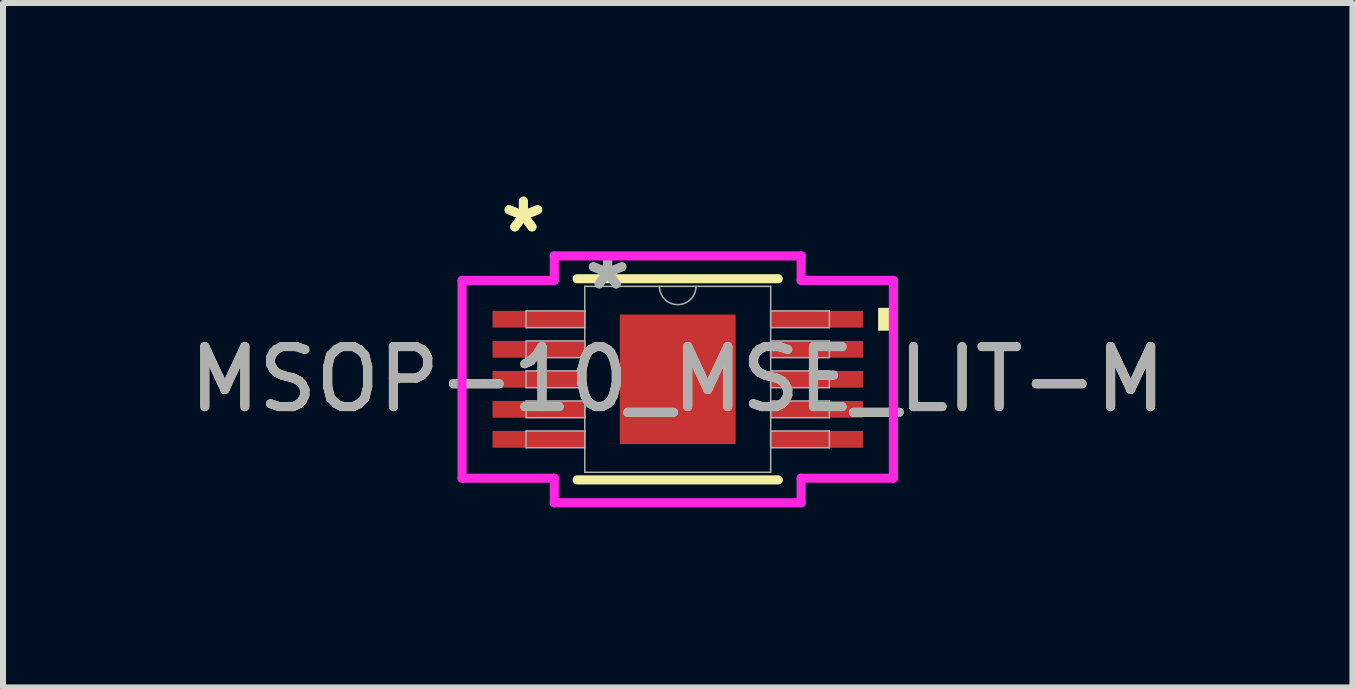
<source format=kicad_pcb>
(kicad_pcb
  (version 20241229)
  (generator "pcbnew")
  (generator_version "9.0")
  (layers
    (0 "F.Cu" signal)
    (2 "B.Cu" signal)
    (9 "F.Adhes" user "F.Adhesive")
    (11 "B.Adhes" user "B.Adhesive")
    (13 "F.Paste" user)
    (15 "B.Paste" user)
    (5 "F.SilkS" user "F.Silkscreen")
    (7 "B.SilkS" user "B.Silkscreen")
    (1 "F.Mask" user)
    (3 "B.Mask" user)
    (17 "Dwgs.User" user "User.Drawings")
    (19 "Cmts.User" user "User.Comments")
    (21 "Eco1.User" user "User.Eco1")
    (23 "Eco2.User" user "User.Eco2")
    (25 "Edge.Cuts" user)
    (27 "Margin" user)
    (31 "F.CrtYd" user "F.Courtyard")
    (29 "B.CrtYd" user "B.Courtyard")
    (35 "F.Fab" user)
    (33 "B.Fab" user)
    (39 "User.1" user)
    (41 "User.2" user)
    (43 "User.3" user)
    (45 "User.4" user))
  (footprint "MSOP-10_MSE_LIT-M"
    (layer "F.Cu")
    (at 8.244 3.271)
    (property "Reference" "MSOP-10_MSE_LIT-M" (at 0 0 0) (unlocked yes) (layer "F.SilkS") (effects (font (size 1 1) (thickness 0.15))))
    (attr smd)
    (fp_line (start -1.676 1.676) (end 1.676 1.676) (stroke (width 0.152) (type solid)) (layer "F.SilkS"))
    (fp_line (start 1.676 -1.676) (end -1.676 -1.676) (stroke (width 0.152) (type solid)) (layer "F.SilkS"))
    (fp_poly (pts (xy 3.594 -1.191) (xy 3.594 -0.81) (xy 3.34 -0.81) (xy 3.34 -1.191)) (stroke (width 0) (type solid)) (fill yes) (layer "F.SilkS"))
    (fp_line (start -3.594 -1.648) (end -2.057 -1.648) (stroke (width 0.152) (type solid)) (layer "F.CrtYd"))
    (fp_line (start -3.594 1.648) (end -3.594 -1.648) (stroke (width 0.152) (type solid)) (layer "F.CrtYd"))
    (fp_line (start -3.594 1.648) (end -2.057 1.648) (stroke (width 0.152) (type solid)) (layer "F.CrtYd"))
    (fp_line (start -2.057 -2.057) (end 2.057 -2.057) (stroke (width 0.152) (type solid)) (layer "F.CrtYd"))
    (fp_line (start -2.057 -1.648) (end -2.057 -2.057) (stroke (width 0.152) (type solid)) (layer "F.CrtYd"))
    (fp_line (start -2.057 2.057) (end -2.057 1.648) (stroke (width 0.152) (type solid)) (layer "F.CrtYd"))
    (fp_line (start 2.057 -2.057) (end 2.057 -1.648) (stroke (width 0.152) (type solid)) (layer "F.CrtYd"))
    (fp_line (start 2.057 1.648) (end 2.057 2.057) (stroke (width 0.152) (type solid)) (layer "F.CrtYd"))
    (fp_line (start 2.057 2.057) (end -2.057 2.057) (stroke (width 0.152) (type solid)) (layer "F.CrtYd"))
    (fp_line (start 3.594 -1.648) (end 2.057 -1.648) (stroke (width 0.152) (type solid)) (layer "F.CrtYd"))
    (fp_line (start 3.594 -1.648) (end 3.594 1.648) (stroke (width 0.152) (type solid)) (layer "F.CrtYd"))
    (fp_line (start 3.594 1.648) (end 2.057 1.648) (stroke (width 0.152) (type solid)) (layer "F.CrtYd"))
    (fp_line (start -2.527 -1.14) (end -2.527 -0.861) (stroke (width 0.025) (type solid)) (layer "F.Fab"))
    (fp_line (start -2.527 -0.861) (end -1.549 -0.861) (stroke (width 0.025) (type solid)) (layer "F.Fab"))
    (fp_line (start -2.527 -0.64) (end -2.527 -0.361) (stroke (width 0.025) (type solid)) (layer "F.Fab"))
    (fp_line (start -2.527 -0.361) (end -1.549 -0.361) (stroke (width 0.025) (type solid)) (layer "F.Fab"))
    (fp_line (start -2.527 -0.14) (end -2.527 0.14) (stroke (width 0.025) (type solid)) (layer "F.Fab"))
    (fp_line (start -2.527 0.14) (end -1.549 0.14) (stroke (width 0.025) (type solid)) (layer "F.Fab"))
    (fp_line (start -2.527 0.361) (end -2.527 0.64) (stroke (width 0.025) (type solid)) (layer "F.Fab"))
    (fp_line (start -2.527 0.64) (end -1.549 0.64) (stroke (width 0.025) (type solid)) (layer "F.Fab"))
    (fp_line (start -2.527 0.861) (end -2.527 1.14) (stroke (width 0.025) (type solid)) (layer "F.Fab"))
    (fp_line (start -2.527 1.14) (end -1.549 1.14) (stroke (width 0.025) (type solid)) (layer "F.Fab"))
    (fp_line (start -1.549 -1.549) (end -1.549 1.549) (stroke (width 0.025) (type solid)) (layer "F.Fab"))
    (fp_line (start -1.549 -1.14) (end -2.527 -1.14) (stroke (width 0.025) (type solid)) (layer "F.Fab"))
    (fp_line (start -1.549 -0.861) (end -1.549 -1.14) (stroke (width 0.025) (type solid)) (layer "F.Fab"))
    (fp_line (start -1.549 -0.64) (end -2.527 -0.64) (stroke (width 0.025) (type solid)) (layer "F.Fab"))
    (fp_line (start -1.549 -0.361) (end -1.549 -0.64) (stroke (width 0.025) (type solid)) (layer "F.Fab"))
    (fp_line (start -1.549 -0.14) (end -2.527 -0.14) (stroke (width 0.025) (type solid)) (layer "F.Fab"))
    (fp_line (start -1.549 0.14) (end -1.549 -0.14) (stroke (width 0.025) (type solid)) (layer "F.Fab"))
    (fp_line (start -1.549 0.361) (end -2.527 0.361) (stroke (width 0.025) (type solid)) (layer "F.Fab"))
    (fp_line (start -1.549 0.64) (end -1.549 0.361) (stroke (width 0.025) (type solid)) (layer "F.Fab"))
    (fp_line (start -1.549 0.861) (end -2.527 0.861) (stroke (width 0.025) (type solid)) (layer "F.Fab"))
    (fp_line (start -1.549 1.14) (end -1.549 0.861) (stroke (width 0.025) (type solid)) (layer "F.Fab"))
    (fp_line (start -1.549 1.549) (end 1.549 1.549) (stroke (width 0.025) (type solid)) (layer "F.Fab"))
    (fp_line (start 1.549 -1.549) (end -1.549 -1.549) (stroke (width 0.025) (type solid)) (layer "F.Fab"))
    (fp_line (start 1.549 -1.14) (end 1.549 -0.861) (stroke (width 0.025) (type solid)) (layer "F.Fab"))
    (fp_line (start 1.549 -0.861) (end 2.527 -0.861) (stroke (width 0.025) (type solid)) (layer "F.Fab"))
    (fp_line (start 1.549 -0.64) (end 1.549 -0.361) (stroke (width 0.025) (type solid)) (layer "F.Fab"))
    (fp_line (start 1.549 -0.361) (end 2.527 -0.361) (stroke (width 0.025) (type solid)) (layer "F.Fab"))
    (fp_line (start 1.549 -0.14) (end 1.549 0.14) (stroke (width 0.025) (type solid)) (layer "F.Fab"))
    (fp_line (start 1.549 0.14) (end 2.527 0.14) (stroke (width 0.025) (type solid)) (layer "F.Fab"))
    (fp_line (start 1.549 0.361) (end 1.549 0.64) (stroke (width 0.025) (type solid)) (layer "F.Fab"))
    (fp_line (start 1.549 0.64) (end 2.527 0.64) (stroke (width 0.025) (type solid)) (layer "F.Fab"))
    (fp_line (start 1.549 0.861) (end 1.549 1.14) (stroke (width 0.025) (type solid)) (layer "F.Fab"))
    (fp_line (start 1.549 1.14) (end 2.527 1.14) (stroke (width 0.025) (type solid)) (layer "F.Fab"))
    (fp_line (start 1.549 1.549) (end 1.549 -1.549) (stroke (width 0.025) (type solid)) (layer "F.Fab"))
    (fp_line (start 2.527 -1.14) (end 1.549 -1.14) (stroke (width 0.025) (type solid)) (layer "F.Fab"))
    (fp_line (start 2.527 -0.861) (end 2.527 -1.14) (stroke (width 0.025) (type solid)) (layer "F.Fab"))
    (fp_line (start 2.527 -0.64) (end 1.549 -0.64) (stroke (width 0.025) (type solid)) (layer "F.Fab"))
    (fp_line (start 2.527 -0.361) (end 2.527 -0.64) (stroke (width 0.025) (type solid)) (layer "F.Fab"))
    (fp_line (start 2.527 -0.14) (end 1.549 -0.14) (stroke (width 0.025) (type solid)) (layer "F.Fab"))
    (fp_line (start 2.527 0.14) (end 2.527 -0.14) (stroke (width 0.025) (type solid)) (layer "F.Fab"))
    (fp_line (start 2.527 0.361) (end 1.549 0.361) (stroke (width 0.025) (type solid)) (layer "F.Fab"))
    (fp_line (start 2.527 0.64) (end 2.527 0.361) (stroke (width 0.025) (type solid)) (layer "F.Fab"))
    (fp_line (start 2.527 0.861) (end 1.549 0.861) (stroke (width 0.025) (type solid)) (layer "F.Fab"))
    (fp_line (start 2.527 1.14) (end 2.527 0.861) (stroke (width 0.025) (type solid)) (layer "F.Fab"))
    (fp_arc (start 0.3048 -1.5494) (mid 0 -1.2446) (end -0.3048 -1.5494) (stroke (width 0.0254) (type solid)) (layer "F.Fab"))
    (fp_text user "*" (at -2.572 -2.423 0) (unlocked yes) (layer "F.SilkS") (effects (font (size 1 1) (thickness 0.15))))
    (fp_text user "*" (at -2.572 -2.423 0) (layer "F.SilkS") (effects (font (size 1 1) (thickness 0.15))))
    (fp_text user "*" (at -1.168 -1.473 0) (layer "F.Fab") (effects (font (size 1 1) (thickness 0.15))))
    (fp_text user "${REFERENCE}" (at 0 0 0) (unlocked yes) (layer "F.Fab") (effects (font (size 1 1) (thickness 0.15))))
    (fp_text user "*" (at -1.168 -1.473 0) (unlocked yes) (layer "F.Fab") (effects (font (size 1 1) (thickness 0.15))))
    (pad "1" smd rect (at -2.318 -1.001) (size 1.537 0.279) (layers "F.Cu" "F.Mask" "F.Paste"))
    (pad "2" smd rect (at -2.318 -0.5) (size 1.537 0.279) (layers "F.Cu" "F.Mask" "F.Paste"))
    (pad "3" smd rect (at -2.318 0) (size 1.537 0.279) (layers "F.Cu" "F.Mask" "F.Paste"))
    (pad "4" smd rect (at -2.318 0.5) (size 1.537 0.279) (layers "F.Cu" "F.Mask" "F.Paste"))
    (pad "5" smd rect (at -2.318 1.001) (size 1.537 0.279) (layers "F.Cu" "F.Mask" "F.Paste"))
    (pad "6" smd rect (at 2.318 1.001) (size 1.537 0.279) (layers "F.Cu" "F.Mask" "F.Paste"))
    (pad "7" smd rect (at 2.318 0.5) (size 1.537 0.279) (layers "F.Cu" "F.Mask" "F.Paste"))
    (pad "8" smd rect (at 2.318 0) (size 1.537 0.279) (layers "F.Cu" "F.Mask" "F.Paste"))
    (pad "9" smd rect (at 2.318 -0.5) (size 1.537 0.279) (layers "F.Cu" "F.Mask" "F.Paste"))
    (pad "10" smd rect (at 2.318 -1.001) (size 1.537 0.279) (layers "F.Cu" "F.Mask" "F.Paste"))
    (pad "EPAD" smd rect (at 0 0) (size 1.93 2.159) (layers "F.Cu" "F.Mask" "F.Paste")))
  (gr_rect
    (start -3 -3)
    (end 19.488 8.405)
    (stroke (width 0.1) (type default))
    (fill no)
    (layer "Edge.Cuts")))
</source>
